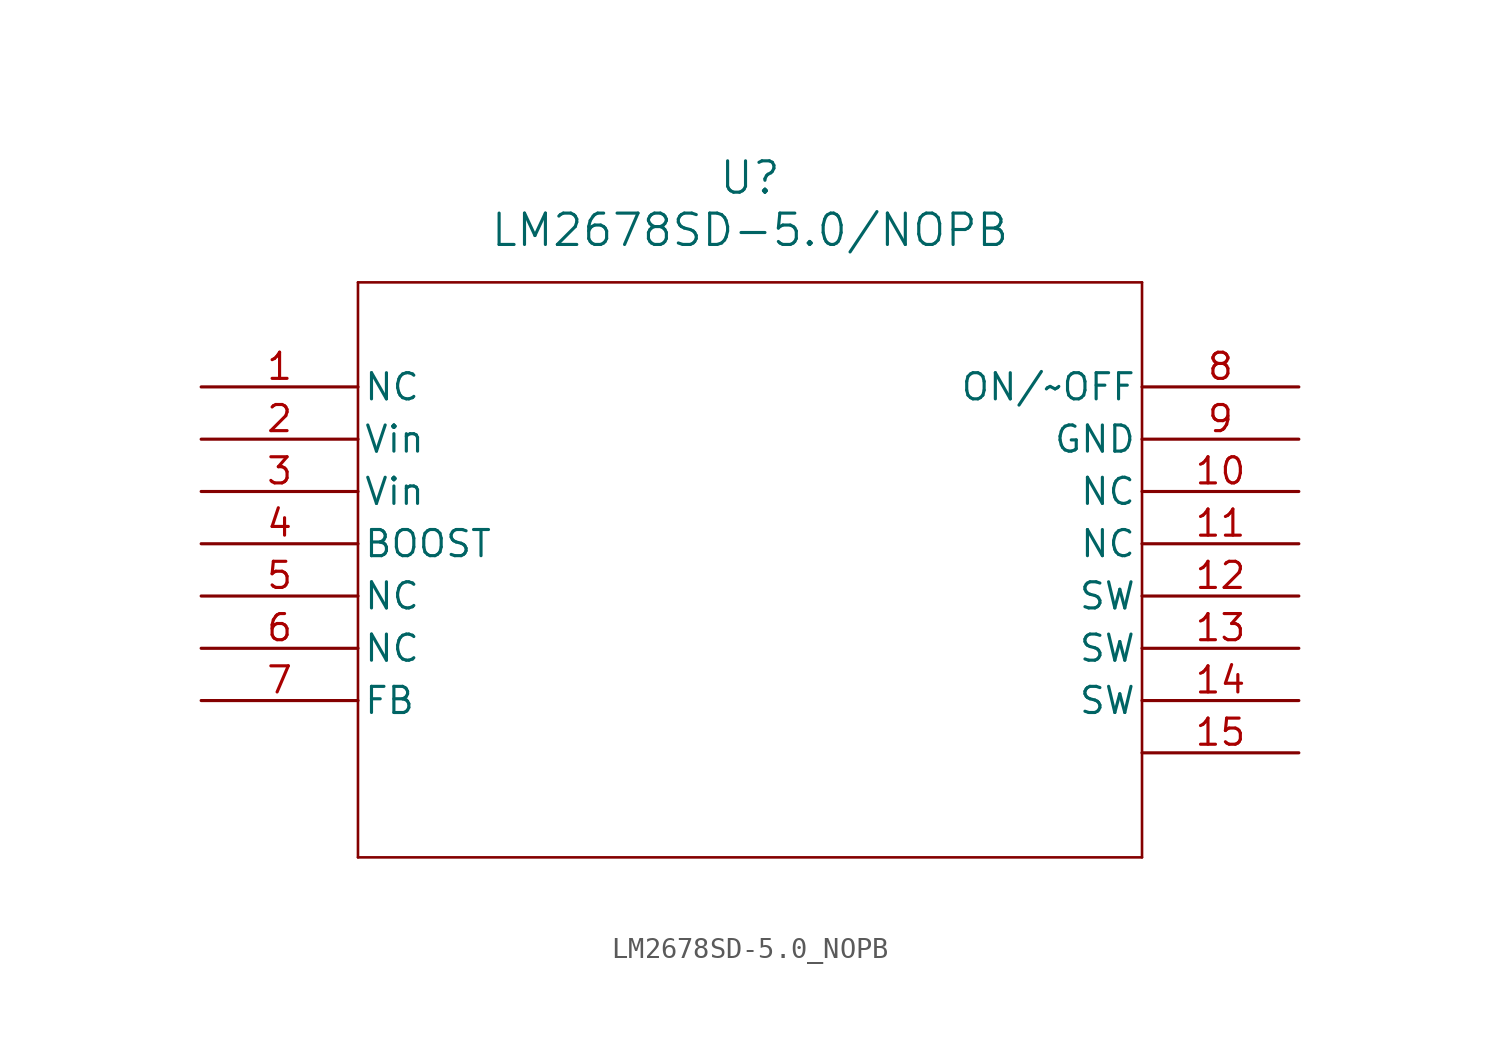
<source format=kicad_sym>
(kicad_symbol_lib
  (version 20211014)
  (generator kicad_symbol_editor)
  (symbol "LM2678SD-5.0_NOPB"
    (pin_names
      (offset 0.254))
    (property "Reference" "U"
      (at 26.67 10.16 0)
      (effects (font (size 1.524 1.524))))
    (property "Value" "LM2678SD-5.0/NOPB"
      (at 26.67 7.62 0)
      (effects (font (size 1.524 1.524))))
    (symbol "LM2678SD-5.0_NOPB_0_1"
      (polyline (pts (xy 7.62 5.08) (xy 7.62 -22.86)) (stroke (width 0.127) (type default) (color 0 0 0 0)) (fill (type none)))
      (polyline (pts (xy 7.62 -22.86) (xy 45.72 -22.86)) (stroke (width 0.127) (type default) (color 0 0 0 0)) (fill (type none)))
      (polyline (pts (xy 45.72 -22.86) (xy 45.72 5.08)) (stroke (width 0.127) (type default) (color 0 0 0 0)) (fill (type none)))
      (polyline (pts (xy 45.72 5.08) (xy 7.62 5.08)) (stroke (width 0.127) (type default) (color 0 0 0 0)) (fill (type none)))
      (pin passive line (at 0 0 0) (length 7.62) (name "NC" (effects (font (size 1.27 1.27)))) (number "1" (effects (font (size 1.27 1.27)))))
      (pin input line (at 0 -2.54 0) (length 7.62) (name "Vin" (effects (font (size 1.27 1.27)))) (number "2" (effects (font (size 1.27 1.27)))))
      (pin input line (at 0 -5.08 0) (length 7.62) (name "Vin" (effects (font (size 1.27 1.27)))) (number "3" (effects (font (size 1.27 1.27)))))
      (pin passive line (at 0 -7.62 0) (length 7.62) (name "BOOST" (effects (font (size 1.27 1.27)))) (number "4" (effects (font (size 1.27 1.27)))))
      (pin passive line (at 0 -10.16 0) (length 7.62) (name "NC" (effects (font (size 1.27 1.27)))) (number "5" (effects (font (size 1.27 1.27)))))
      (pin passive line (at 0 -12.7 0) (length 7.62) (name "NC" (effects (font (size 1.27 1.27)))) (number "6" (effects (font (size 1.27 1.27)))))
      (pin passive line (at 0 -15.24 0) (length 7.62) (name "FB" (effects (font (size 1.27 1.27)))) (number "7" (effects (font (size 1.27 1.27)))))
      (pin passive line (at 53.34 0 180) (length 7.62) (name "ON/~OFF" (effects (font (size 1.27 1.27)))) (number "8" (effects (font (size 1.27 1.27)))))
      (pin passive line (at 53.34 -2.54 180) (length 7.62) (name "GND" (effects (font (size 1.27 1.27)))) (number "9" (effects (font (size 1.27 1.27)))))
      (pin passive line (at 53.34 -5.08 180) (length 7.62) (name "NC" (effects (font (size 1.27 1.27)))) (number "10" (effects (font (size 1.27 1.27)))))
      (pin passive line (at 53.34 -7.62 180) (length 7.62) (name "NC" (effects (font (size 1.27 1.27)))) (number "11" (effects (font (size 1.27 1.27)))))
      (pin output line (at 53.34 -10.16 180) (length 7.62) (name "SW" (effects (font (size 1.27 1.27)))) (number "12" (effects (font (size 1.27 1.27)))))
      (pin output line (at 53.34 -12.7 180) (length 7.62) (name "SW" (effects (font (size 1.27 1.27)))) (number "13" (effects (font (size 1.27 1.27)))))
      (pin output line (at 53.34 -15.24 180) (length 7.62) (name "SW" (effects (font (size 1.27 1.27)))) (number "14" (effects (font (size 1.27 1.27)))))
      (pin unspecified line (at 53.34 -17.78 180) (length 7.62) (name "" (effects (font (size 1.27 1.27)))) (number "15" (effects (font (size 1.27 1.27))))))))
</source>
